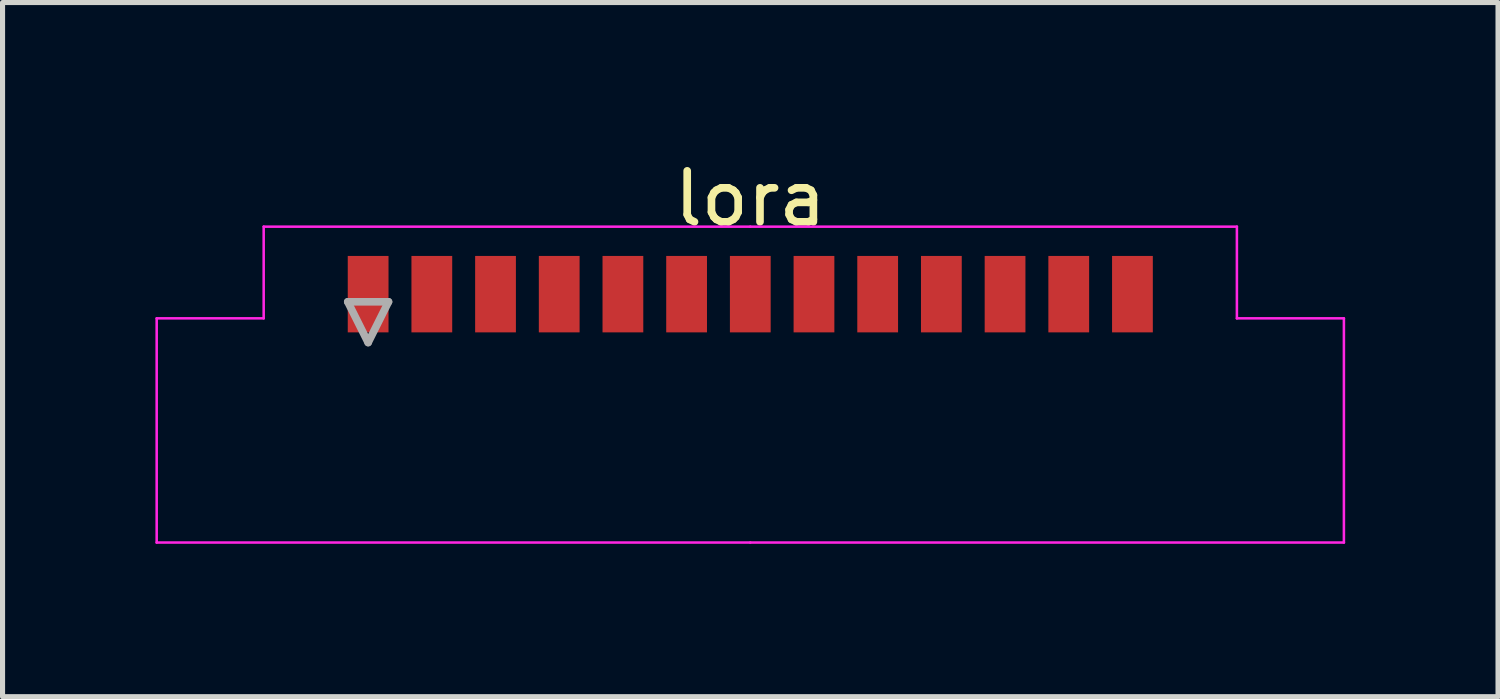
<source format=kicad_pcb>
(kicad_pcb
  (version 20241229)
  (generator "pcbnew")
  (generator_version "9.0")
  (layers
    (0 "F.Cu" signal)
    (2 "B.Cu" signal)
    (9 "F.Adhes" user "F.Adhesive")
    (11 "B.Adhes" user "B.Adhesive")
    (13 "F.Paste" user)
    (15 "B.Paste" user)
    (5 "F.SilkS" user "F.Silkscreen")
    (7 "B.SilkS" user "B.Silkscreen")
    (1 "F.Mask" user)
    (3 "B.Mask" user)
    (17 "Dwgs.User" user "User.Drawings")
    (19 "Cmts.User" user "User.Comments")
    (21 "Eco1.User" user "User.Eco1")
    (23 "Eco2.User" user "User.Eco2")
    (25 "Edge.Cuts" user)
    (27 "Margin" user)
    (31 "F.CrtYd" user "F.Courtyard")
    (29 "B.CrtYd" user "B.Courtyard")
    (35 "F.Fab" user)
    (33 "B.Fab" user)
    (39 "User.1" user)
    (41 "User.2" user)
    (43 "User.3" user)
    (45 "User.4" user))
  (footprint "lora"
    (layer "F.Cu")
    (at 11.675 4.098)
    (property "Reference" "lora" (at 0 -3.25 0) (layer "F.SilkS") (effects (font (size 1 1) (thickness 0.15))))
    (attr smd)
    (fp_line (start -11.65 -0.9) (end -11.65 3.5) (stroke (width 0.05) (type solid)) (layer "F.CrtYd"))
    (fp_line (start -11.65 3.5) (end 0 3.5) (stroke (width 0.05) (type solid)) (layer "F.CrtYd"))
    (fp_line (start -9.55 -2.7) (end -9.55 -0.9) (stroke (width 0.05) (type solid)) (layer "F.CrtYd"))
    (fp_line (start -9.55 -0.9) (end -11.65 -0.9) (stroke (width 0.05) (type solid)) (layer "F.CrtYd"))
    (fp_line (start 0 -2.7) (end -9.55 -2.7) (stroke (width 0.05) (type solid)) (layer "F.CrtYd"))
    (fp_line (start 0 -2.7) (end 9.55 -2.7) (stroke (width 0.05) (type solid)) (layer "F.CrtYd"))
    (fp_line (start 9.55 -2.7) (end 9.55 -0.9) (stroke (width 0.05) (type solid)) (layer "F.CrtYd"))
    (fp_line (start 9.55 -0.9) (end 11.65 -0.9) (stroke (width 0.05) (type solid)) (layer "F.CrtYd"))
    (fp_line (start 11.65 -0.9) (end 11.65 3.5) (stroke (width 0.05) (type solid)) (layer "F.CrtYd"))
    (fp_line (start 11.65 3.5) (end 0 3.5) (stroke (width 0.05) (type solid)) (layer "F.CrtYd"))
    (fp_line (start -7.9 -1.225) (end -7.5 -0.425) (stroke (width 0.15) (type solid)) (layer "F.Fab"))
    (fp_line (start -7.5 -0.425) (end -7.1 -1.225) (stroke (width 0.15) (type solid)) (layer "F.Fab"))
    (fp_line (start -7.1 -1.225) (end -7.9 -1.225) (stroke (width 0.15) (type solid)) (layer "F.Fab"))
    (pad "1" smd rect (at -7.5 -1.375) (size 0.8 1.5) (layers "F.Cu" "F.Mask" "F.Paste"))
    (pad "2" smd rect (at -6.25 -1.375) (size 0.8 1.5) (layers "F.Cu" "F.Mask" "F.Paste"))
    (pad "3" smd rect (at -5 -1.375) (size 0.8 1.5) (layers "F.Cu" "F.Mask" "F.Paste"))
    (pad "4" smd rect (at -3.75 -1.375) (size 0.8 1.5) (layers "F.Cu" "F.Mask" "F.Paste"))
    (pad "5" smd rect (at -2.5 -1.375) (size 0.8 1.5) (layers "F.Cu" "F.Mask" "F.Paste"))
    (pad "6" smd rect (at -1.25 -1.375) (size 0.8 1.5) (layers "F.Cu" "F.Mask" "F.Paste"))
    (pad "7" smd rect (at 0 -1.375) (size 0.8 1.5) (layers "F.Cu" "F.Mask" "F.Paste"))
    (pad "8" smd rect (at 1.25 -1.375) (size 0.8 1.5) (layers "F.Cu" "F.Mask" "F.Paste"))
    (pad "9" smd rect (at 2.5 -1.375) (size 0.8 1.5) (layers "F.Cu" "F.Mask" "F.Paste"))
    (pad "10" smd rect (at 3.75 -1.375) (size 0.8 1.5) (layers "F.Cu" "F.Mask" "F.Paste"))
    (pad "11" smd rect (at 5 -1.375) (size 0.8 1.5) (layers "F.Cu" "F.Mask" "F.Paste"))
    (pad "12" smd rect (at 6.25 -1.375) (size 0.8 1.5) (layers "F.Cu" "F.Mask" "F.Paste"))
    (pad "13" smd rect (at 7.5 -1.375) (size 0.8 1.5) (layers "F.Cu" "F.Mask" "F.Paste")))
  (gr_rect
    (start -3 -3)
    (end 26.35 10.623)
    (stroke (width 0.1) (type default))
    (fill no)
    (layer "Edge.Cuts")))
</source>
